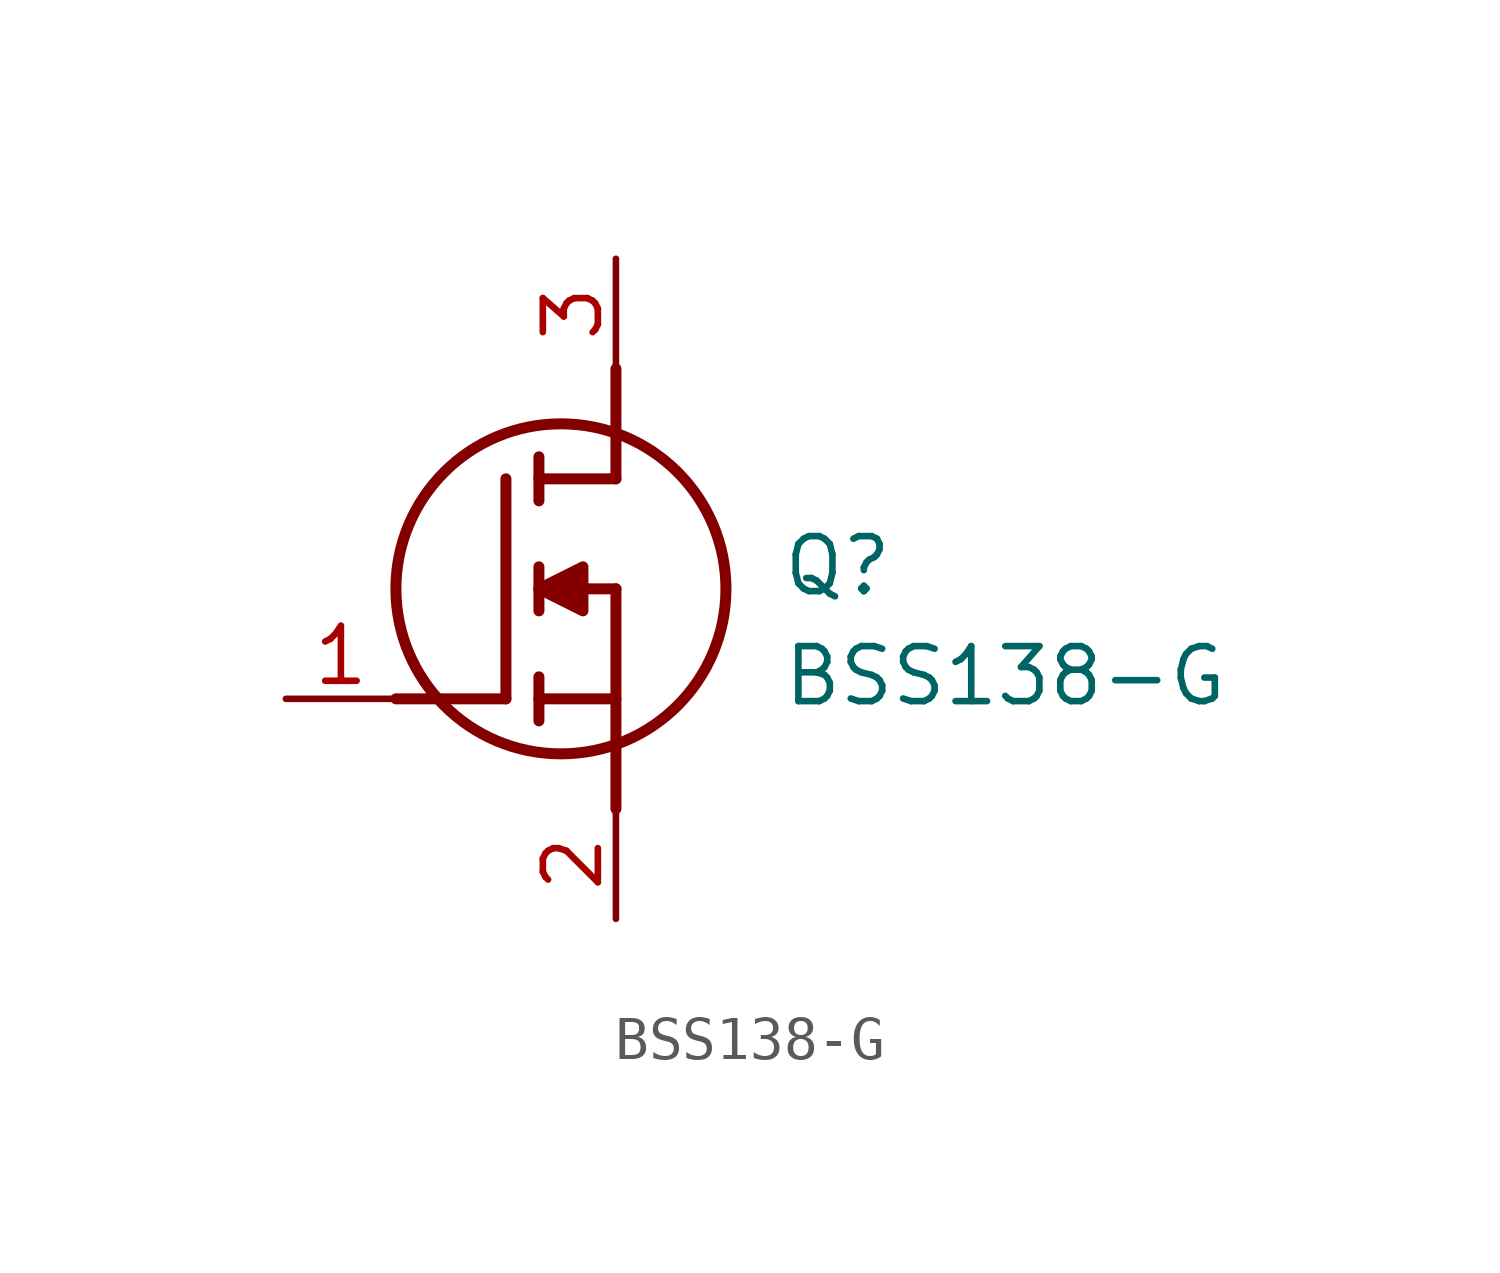
<source format=kicad_sym>
(kicad_symbol_lib
  (version 20211014)
  (generator SamacSys_ECAD_Model)
  (symbol "BSS138-G"
    (pin_names hide)
    (property "Reference" "Q"
      (at 11.43 3.81 0)
      (effects (font (size 1.27 1.27)) (justify left top)))
    (property "Value" "BSS138-G"
      (at 11.43 1.27 0)
      (effects (font (size 1.27 1.27)) (justify left top)))
    (polyline
      (pts (xy 7.62 2.54) (xy 7.62 -2.54))
      (stroke (width 0.254) (type default))
      (fill (type none)))
    (polyline
      (pts (xy 7.62 5.08) (xy 7.62 7.62))
      (stroke (width 0.254) (type default))
      (fill (type none)))
    (polyline
      (pts (xy 2.54 0) (xy 5.08 0))
      (stroke (width 0.254) (type default))
      (fill (type none)))
    (polyline
      (pts (xy 5.08 5.08) (xy 5.08 0))
      (stroke (width 0.254) (type default))
      (fill (type none)))
    (polyline
      (pts (xy 7.62 2.54) (xy 5.842 2.54))
      (stroke (width 0.254) (type default))
      (fill (type none)))
    (polyline
      (pts (xy 7.62 5.08) (xy 5.842 5.08))
      (stroke (width 0.254) (type default))
      (fill (type none)))
    (polyline
      (pts (xy 5.842 0) (xy 7.62 0))
      (stroke (width 0.254) (type default))
      (fill (type none)))
    (polyline
      (pts (xy 5.842 5.588) (xy 5.842 4.572))
      (stroke (width 0.254) (type default))
      (fill (type none)))
    (polyline
      (pts (xy 5.842 -0.508) (xy 5.842 0.508))
      (stroke (width 0.254) (type default))
      (fill (type none)))
    (polyline
      (pts (xy 5.842 2.032) (xy 5.842 3.048))
      (stroke (width 0.254) (type default))
      (fill (type none)))
    (circle
      (center 6.35 2.54)
      (radius 3.81)
      (stroke (width 0.254) (type default))
      (fill (type none)))
    (polyline
      (pts (xy 5.842 2.54) (xy 6.858 3.048) (xy 6.858 2.032) (xy 5.842 2.54))
      (stroke (width 0.254) (type default))
      (fill (type outline)))
    (pin passive line
      (at 0 0 0)
      (length 2.54)
      (name "G" (effects (font (size 1.27 1.27))))
      (number "1" (effects (font (size 1.27 1.27)))))
    (pin passive line
      (at 7.62 10.16 270)
      (length 2.54)
      (name "D" (effects (font (size 1.27 1.27))))
      (number "3" (effects (font (size 1.27 1.27)))))
    (pin passive line
      (at 7.62 -5.08 90)
      (length 2.54)
      (name "S" (effects (font (size 1.27 1.27))))
      (number "2" (effects (font (size 1.27 1.27)))))))
</source>
